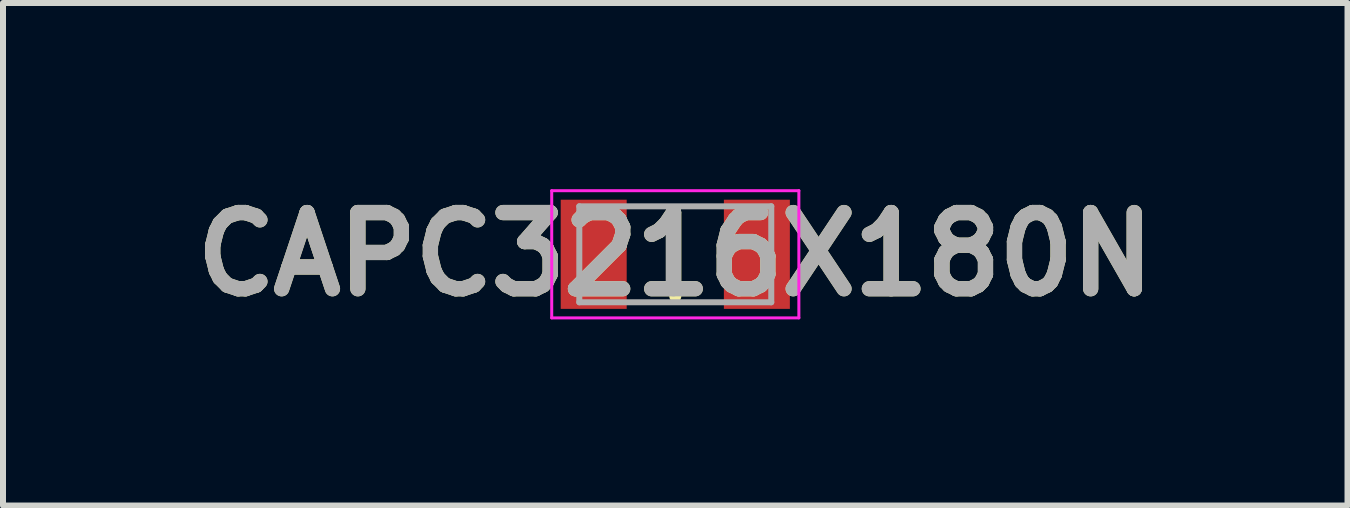
<source format=kicad_pcb>
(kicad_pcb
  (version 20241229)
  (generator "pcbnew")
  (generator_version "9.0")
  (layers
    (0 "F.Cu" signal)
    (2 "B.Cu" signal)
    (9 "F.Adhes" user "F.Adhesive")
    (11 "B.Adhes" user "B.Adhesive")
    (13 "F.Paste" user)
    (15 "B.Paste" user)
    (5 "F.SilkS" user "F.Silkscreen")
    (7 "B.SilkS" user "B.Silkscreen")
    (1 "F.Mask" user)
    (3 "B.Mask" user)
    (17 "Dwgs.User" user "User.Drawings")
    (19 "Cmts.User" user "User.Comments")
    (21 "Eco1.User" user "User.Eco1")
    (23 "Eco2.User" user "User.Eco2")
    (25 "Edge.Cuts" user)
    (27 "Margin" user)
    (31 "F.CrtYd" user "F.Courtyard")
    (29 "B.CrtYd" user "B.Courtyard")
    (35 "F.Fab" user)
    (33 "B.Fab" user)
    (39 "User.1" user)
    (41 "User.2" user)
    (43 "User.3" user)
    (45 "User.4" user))
  (footprint "CAPC3216X180N"
    (layer "F.Cu")
    (at 8.207 1.189)
    (property "Reference" "CAPC3216X180N" (at 0 0 0) (layer "F.SilkS") (effects (font (size 1.27 1.27) (thickness 0.254))))
    (attr smd)
    (fp_line (start 0 -0.7) (end 0 0.7) (stroke (width 0.2) (type solid)) (layer "F.SilkS"))
    (fp_line (start -2.06 -1.06) (end 2.06 -1.06) (stroke (width 0.05) (type solid)) (layer "F.CrtYd"))
    (fp_line (start -2.06 1.06) (end -2.06 -1.06) (stroke (width 0.05) (type solid)) (layer "F.CrtYd"))
    (fp_line (start 2.06 -1.06) (end 2.06 1.06) (stroke (width 0.05) (type solid)) (layer "F.CrtYd"))
    (fp_line (start 2.06 1.06) (end -2.06 1.06) (stroke (width 0.05) (type solid)) (layer "F.CrtYd"))
    (fp_line (start -1.6 -0.8) (end 1.6 -0.8) (stroke (width 0.1) (type solid)) (layer "F.Fab"))
    (fp_line (start -1.6 0.8) (end -1.6 -0.8) (stroke (width 0.1) (type solid)) (layer "F.Fab"))
    (fp_line (start 1.6 -0.8) (end 1.6 0.8) (stroke (width 0.1) (type solid)) (layer "F.Fab"))
    (fp_line (start 1.6 0.8) (end -1.6 0.8) (stroke (width 0.1) (type solid)) (layer "F.Fab"))
    (fp_text user "${REFERENCE}" (at 0 0 0) (layer "F.Fab") (effects (font (size 1.27 1.27) (thickness 0.254))))
    (pad "1" smd rect (at -1.36 0) (size 1.1 1.82) (layers "F.Cu" "F.Mask" "F.Paste"))
    (pad "2" smd rect (at 1.36 0) (size 1.1 1.82) (layers "F.Cu" "F.Mask" "F.Paste")))
  (gr_rect
    (start -3 -3)
    (end 19.413 5.377)
    (stroke (width 0.1) (type default))
    (fill no)
    (layer "Edge.Cuts")))
</source>
